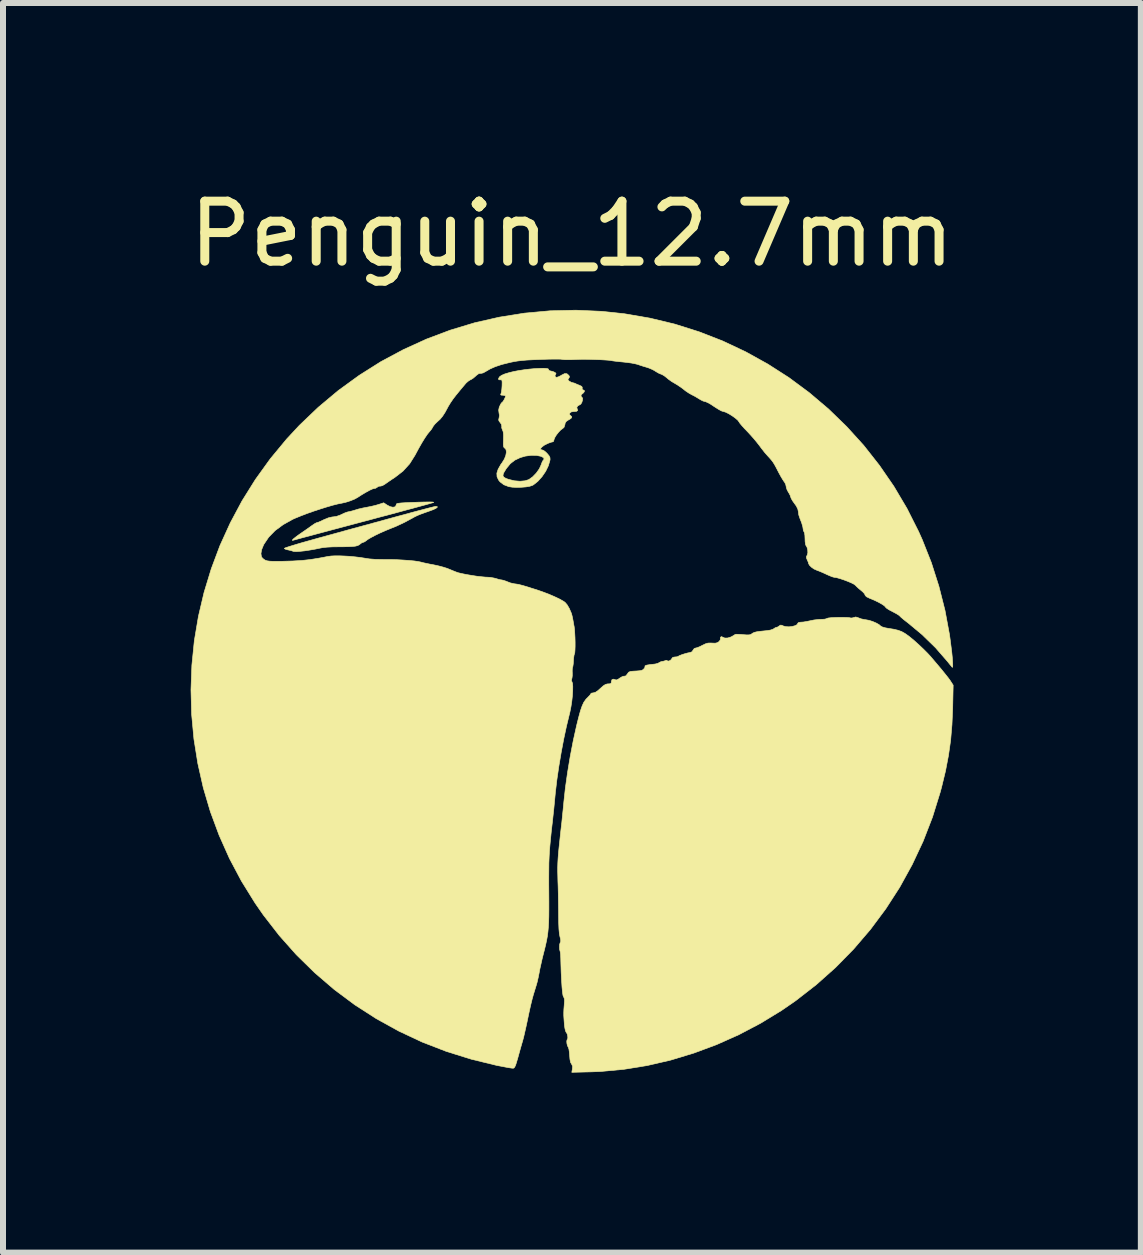
<source format=kicad_pcb>
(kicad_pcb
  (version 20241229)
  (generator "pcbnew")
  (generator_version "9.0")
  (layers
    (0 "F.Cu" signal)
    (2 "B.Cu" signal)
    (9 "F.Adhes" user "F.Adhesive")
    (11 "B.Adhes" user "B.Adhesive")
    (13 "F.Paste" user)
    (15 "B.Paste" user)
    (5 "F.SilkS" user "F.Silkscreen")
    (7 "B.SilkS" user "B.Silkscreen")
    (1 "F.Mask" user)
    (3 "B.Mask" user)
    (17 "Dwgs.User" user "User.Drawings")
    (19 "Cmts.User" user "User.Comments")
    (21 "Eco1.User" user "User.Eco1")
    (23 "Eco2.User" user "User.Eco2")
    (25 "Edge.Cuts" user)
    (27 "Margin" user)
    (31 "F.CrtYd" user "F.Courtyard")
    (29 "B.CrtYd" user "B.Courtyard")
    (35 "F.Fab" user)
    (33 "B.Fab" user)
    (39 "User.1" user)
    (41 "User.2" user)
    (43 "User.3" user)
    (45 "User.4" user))
  (footprint "Penguin_12.7mm"
    (layer "F.Cu")
    (at 6.482 8.468)
    (property "Reference" "Penguin_12.7mm" (at 0 -7.62 0) (layer "F.SilkS") (effects (font (size 1 1) (thickness 0.15))))
    (attr through_hole)
    (fp_poly (pts (xy -2.244 -3.074) (xy -2.245 -3.062) (xy -2.269 -3.044) (xy -2.315 -3.023) (xy -2.369 -3.003) (xy -2.457 -2.972) (xy -2.523 -2.948) (xy -2.574 -2.927) (xy -2.618 -2.906) (xy -2.652 -2.887) (xy -2.791 -2.812) (xy -2.921 -2.751) (xy -3.024 -2.709) (xy -3.112 -2.673) (xy -3.2 -2.634) (xy -3.281 -2.595) (xy -3.351 -2.558) (xy -3.403 -2.527) (xy -3.426 -2.509) (xy -3.456 -2.488) (xy -3.477 -2.48) (xy -3.503 -2.471) (xy -3.528 -2.452) (xy -3.549 -2.436) (xy -3.575 -2.424) (xy -3.612 -2.415) (xy -3.662 -2.41) (xy -3.732 -2.407) (xy -3.825 -2.405) (xy -3.875 -2.405) (xy -3.984 -2.404) (xy -4.079 -2.399) (xy -4.154 -2.391) (xy -4.191 -2.384) (xy -4.279 -2.366) (xy -4.37 -2.35) (xy -4.456 -2.337) (xy -4.533 -2.329) (xy -4.594 -2.325) (xy -4.635 -2.327) (xy -4.647 -2.33) (xy -4.675 -2.34) (xy -4.718 -2.35) (xy -4.733 -2.353) (xy -4.771 -2.363) (xy -4.791 -2.374) (xy -4.792 -2.379) (xy -4.777 -2.387) (xy -4.736 -2.401) (xy -4.673 -2.421) (xy -4.591 -2.446) (xy -4.492 -2.475) (xy -4.381 -2.506) (xy -4.26 -2.54) (xy -4.25 -2.543) (xy -3.966 -2.621) (xy -3.709 -2.692) (xy -3.478 -2.755) (xy -3.273 -2.811) (xy -3.091 -2.861) (xy -2.931 -2.905) (xy -2.792 -2.942) (xy -2.673 -2.975) (xy -2.572 -3.002) (xy -2.488 -3.024) (xy -2.42 -3.042) (xy -2.366 -3.056) (xy -2.326 -3.066) (xy -2.297 -3.073) (xy -2.278 -3.077) (xy -2.269 -3.078) (xy -2.244 -3.074)) (stroke (width 0.01) (type solid)) (fill yes) (layer "F.SilkS"))
    (fp_poly (pts (xy -2.325 -3.151) (xy -2.304 -3.147) (xy -2.304 -3.144) (xy -2.32 -3.139) (xy -2.362 -3.127) (xy -2.428 -3.108) (xy -2.517 -3.084) (xy -2.626 -3.054) (xy -2.753 -3.02) (xy -2.896 -2.981) (xy -3.052 -2.939) (xy -3.22 -2.895) (xy -3.397 -2.847) (xy -3.459 -2.831) (xy -3.639 -2.783) (xy -3.812 -2.737) (xy -3.974 -2.694) (xy -4.123 -2.654) (xy -4.258 -2.618) (xy -4.376 -2.586) (xy -4.475 -2.56) (xy -4.553 -2.539) (xy -4.606 -2.524) (xy -4.634 -2.517) (xy -4.637 -2.516) (xy -4.659 -2.511) (xy -4.656 -2.521) (xy -4.65 -2.529) (xy -4.629 -2.547) (xy -4.591 -2.577) (xy -4.54 -2.614) (xy -4.508 -2.636) (xy -4.447 -2.678) (xy -4.388 -2.719) (xy -4.341 -2.753) (xy -4.325 -2.764) (xy -4.287 -2.79) (xy -4.256 -2.806) (xy -4.247 -2.808) (xy -4.224 -2.815) (xy -4.184 -2.832) (xy -4.135 -2.856) (xy -4.135 -2.856) (xy -4.06 -2.887) (xy -3.996 -2.902) (xy -3.982 -2.903) (xy -3.925 -2.911) (xy -3.858 -2.935) (xy -3.837 -2.945) (xy -3.788 -2.968) (xy -3.747 -2.983) (xy -3.726 -2.988) (xy -3.698 -2.993) (xy -3.653 -3.005) (xy -3.617 -3.016) (xy -3.558 -3.034) (xy -3.485 -3.051) (xy -3.422 -3.063) (xy -3.351 -3.077) (xy -3.278 -3.094) (xy -3.223 -3.11) (xy -3.137 -3.138) (xy -3.082 -3.101) (xy -3.03 -3.074) (xy -2.983 -3.064) (xy -2.948 -3.071) (xy -2.93 -3.096) (xy -2.928 -3.107) (xy -2.926 -3.117) (xy -2.914 -3.125) (xy -2.89 -3.13) (xy -2.848 -3.135) (xy -2.785 -3.139) (xy -2.702 -3.143) (xy -2.564 -3.148) (xy -2.455 -3.151) (xy -2.375 -3.152) (xy -2.325 -3.151)) (stroke (width 0.01) (type solid)) (fill yes) (layer "F.SilkS"))
    (fp_poly (pts (xy -0.426 -5.377) (xy -0.397 -5.371) (xy -0.391 -5.363) (xy -0.383 -5.345) (xy -0.366 -5.338) (xy -0.315 -5.325) (xy -0.28 -5.309) (xy -0.265 -5.292) (xy -0.268 -5.284) (xy -0.283 -5.257) (xy -0.275 -5.235) (xy -0.255 -5.229) (xy -0.224 -5.238) (xy -0.184 -5.258) (xy -0.172 -5.266) (xy -0.122 -5.291) (xy -0.083 -5.289) (xy -0.05 -5.26) (xy -0.05 -5.26) (xy -0.04 -5.236) (xy -0.054 -5.212) (xy -0.067 -5.192) (xy -0.059 -5.176) (xy -0.042 -5.164) (xy -0.01 -5.146) (xy 0.011 -5.14) (xy 0.04 -5.133) (xy 0.056 -5.126) (xy 0.088 -5.111) (xy 0.13 -5.095) (xy 0.131 -5.094) (xy 0.164 -5.078) (xy 0.173 -5.058) (xy 0.171 -5.048) (xy 0.172 -5.025) (xy 0.186 -5.02) (xy 0.206 -5.011) (xy 0.207 -4.99) (xy 0.189 -4.967) (xy 0.179 -4.96) (xy 0.155 -4.938) (xy 0.151 -4.914) (xy 0.167 -4.897) (xy 0.178 -4.88) (xy 0.176 -4.848) (xy 0.166 -4.813) (xy 0.149 -4.784) (xy 0.135 -4.774) (xy 0.098 -4.754) (xy 0.081 -4.726) (xy 0.089 -4.7) (xy 0.096 -4.678) (xy 0.078 -4.663) (xy 0.039 -4.659) (xy 0.029 -4.659) (xy -0.01 -4.653) (xy -0.031 -4.638) (xy -0.043 -4.616) (xy -0.031 -4.599) (xy -0.026 -4.595) (xy -0.004 -4.574) (xy -0.006 -4.554) (xy -0.034 -4.532) (xy -0.056 -4.52) (xy -0.095 -4.494) (xy -0.113 -4.465) (xy -0.117 -4.44) (xy -0.132 -4.395) (xy -0.154 -4.376) (xy -0.187 -4.352) (xy -0.224 -4.313) (xy -0.259 -4.268) (xy -0.286 -4.224) (xy -0.299 -4.19) (xy -0.299 -4.187) (xy -0.307 -4.161) (xy -0.32 -4.154) (xy -0.346 -4.148) (xy -0.386 -4.134) (xy -0.407 -4.125) (xy -0.459 -4.099) (xy -0.497 -4.071) (xy -0.519 -4.047) (xy -0.521 -4.028) (xy -0.501 -4.019) (xy -0.495 -4.019) (xy -0.469 -4.009) (xy -0.435 -3.982) (xy -0.412 -3.959) (xy -0.38 -3.92) (xy -0.366 -3.891) (xy -0.364 -3.86) (xy -0.367 -3.843) (xy -0.393 -3.755) (xy -0.438 -3.662) (xy -0.499 -3.573) (xy -0.568 -3.496) (xy -0.641 -3.438) (xy -0.659 -3.428) (xy -0.702 -3.414) (xy -0.765 -3.403) (xy -0.841 -3.397) (xy -0.919 -3.395) (xy -0.992 -3.398) (xy -1.05 -3.407) (xy -1.051 -3.407) (xy -1.135 -3.439) (xy -1.198 -3.487) (xy -1.222 -3.517) (xy -1.248 -3.573) (xy -1.249 -3.595) (xy -1.15 -3.595) (xy -1.138 -3.567) (xy -1.101 -3.545) (xy -1.057 -3.529) (xy -0.96 -3.505) (xy -0.865 -3.497) (xy -0.779 -3.505) (xy -0.718 -3.525) (xy -0.655 -3.57) (xy -0.594 -3.633) (xy -0.543 -3.705) (xy -0.515 -3.766) (xy -0.499 -3.81) (xy -0.484 -3.84) (xy -0.477 -3.848) (xy -0.463 -3.868) (xy -0.475 -3.891) (xy -0.511 -3.911) (xy -0.513 -3.912) (xy -0.589 -3.928) (xy -0.681 -3.929) (xy -0.778 -3.916) (xy -0.863 -3.891) (xy -0.953 -3.848) (xy -1.027 -3.79) (xy -1.092 -3.711) (xy -1.106 -3.689) (xy -1.139 -3.634) (xy -1.15 -3.595) (xy -1.249 -3.595) (xy -1.251 -3.632) (xy -1.229 -3.699) (xy -1.184 -3.778) (xy -1.164 -3.805) (xy -1.126 -3.866) (xy -1.102 -3.927) (xy -1.092 -3.982) (xy -1.098 -4.025) (xy -1.117 -4.047) (xy -1.131 -4.058) (xy -1.139 -4.075) (xy -1.143 -4.106) (xy -1.142 -4.156) (xy -1.141 -4.192) (xy -1.14 -4.268) (xy -1.145 -4.32) (xy -1.156 -4.35) (xy -1.157 -4.351) (xy -1.17 -4.386) (xy -1.169 -4.409) (xy -1.174 -4.445) (xy -1.196 -4.475) (xy -1.218 -4.506) (xy -1.22 -4.533) (xy -1.215 -4.545) (xy -1.208 -4.595) (xy -1.215 -4.636) (xy -1.221 -4.684) (xy -1.212 -4.728) (xy -1.202 -4.752) (xy -1.184 -4.788) (xy -1.168 -4.809) (xy -1.164 -4.811) (xy -1.151 -4.823) (xy -1.133 -4.851) (xy -1.116 -4.885) (xy -1.106 -4.913) (xy -1.106 -4.918) (xy -1.119 -4.927) (xy -1.15 -4.931) (xy -1.151 -4.931) (xy -1.181 -4.933) (xy -1.188 -4.944) (xy -1.182 -4.957) (xy -1.174 -4.985) (xy -1.168 -5.033) (xy -1.164 -5.088) (xy -1.163 -5.142) (xy -1.165 -5.173) (xy -1.172 -5.186) (xy -1.186 -5.188) (xy -1.194 -5.187) (xy -1.219 -5.189) (xy -1.223 -5.208) (xy -1.223 -5.208) (xy -1.208 -5.236) (xy -1.175 -5.261) (xy -1.12 -5.285) (xy -1.04 -5.309) (xy -0.964 -5.327) (xy -0.885 -5.342) (xy -0.799 -5.355) (xy -0.71 -5.366) (xy -0.624 -5.374) (xy -0.544 -5.378) (xy -0.477 -5.38) (xy -0.426 -5.377)) (stroke (width 0.01) (type solid)) (fill yes) (layer "F.SilkS"))
    (fp_poly (pts (xy 4.766 -1.225) (xy 4.779 -1.219) (xy 4.823 -1.203) (xy 4.878 -1.191) (xy 4.897 -1.189) (xy 4.952 -1.179) (xy 5.014 -1.159) (xy 5.074 -1.133) (xy 5.121 -1.106) (xy 5.144 -1.085) (xy 5.17 -1.07) (xy 5.22 -1.055) (xy 5.274 -1.045) (xy 5.363 -1.031) (xy 5.434 -1.014) (xy 5.495 -0.992) (xy 5.552 -0.96) (xy 5.614 -0.916) (xy 5.688 -0.856) (xy 5.711 -0.836) (xy 5.783 -0.771) (xy 5.858 -0.7) (xy 5.927 -0.631) (xy 5.982 -0.571) (xy 5.986 -0.566) (xy 6.083 -0.452) (xy 6.162 -0.358) (xy 6.223 -0.282) (xy 6.27 -0.223) (xy 6.303 -0.178) (xy 6.316 -0.158) (xy 6.354 -0.099) (xy 6.346 0.283) (xy 6.334 0.558) (xy 6.312 0.818) (xy 6.276 1.072) (xy 6.227 1.329) (xy 6.162 1.597) (xy 6.139 1.683) (xy 6.01 2.099) (xy 5.854 2.502) (xy 5.671 2.892) (xy 5.464 3.268) (xy 5.231 3.629) (xy 4.975 3.973) (xy 4.696 4.299) (xy 4.395 4.606) (xy 4.073 4.893) (xy 3.73 5.16) (xy 3.491 5.325) (xy 3.143 5.537) (xy 2.782 5.727) (xy 2.41 5.893) (xy 2.03 6.034) (xy 1.644 6.151) (xy 1.255 6.241) (xy 0.866 6.304) (xy 0.48 6.34) (xy 0.331 6.346) (xy -0.002 6.354) (xy 0.008 6.299) (xy 0.011 6.254) (xy -0.002 6.222) (xy -0.007 6.216) (xy -0.023 6.186) (xy -0.033 6.135) (xy -0.038 6.073) (xy -0.043 6.016) (xy -0.05 5.968) (xy -0.059 5.941) (xy -0.06 5.939) (xy -0.075 5.909) (xy -0.084 5.869) (xy -0.086 5.832) (xy -0.079 5.808) (xy -0.077 5.806) (xy -0.068 5.785) (xy -0.07 5.75) (xy -0.079 5.713) (xy -0.096 5.686) (xy -0.097 5.685) (xy -0.107 5.663) (xy -0.117 5.62) (xy -0.125 5.564) (xy -0.126 5.55) (xy -0.132 5.469) (xy -0.136 5.408) (xy -0.136 5.357) (xy -0.134 5.306) (xy -0.129 5.245) (xy -0.128 5.232) (xy -0.124 5.17) (xy -0.125 5.13) (xy -0.134 5.105) (xy -0.139 5.097) (xy -0.149 5.072) (xy -0.157 5.017) (xy -0.165 4.935) (xy -0.172 4.825) (xy -0.179 4.689) (xy -0.184 4.528) (xy -0.186 4.452) (xy -0.188 4.4) (xy -0.192 4.359) (xy -0.196 4.34) (xy -0.205 4.307) (xy -0.207 4.262) (xy -0.204 4.219) (xy -0.195 4.192) (xy -0.195 4.192) (xy -0.186 4.17) (xy -0.189 4.134) (xy -0.2 4.091) (xy -0.209 4.041) (xy -0.216 3.97) (xy -0.22 3.875) (xy -0.222 3.753) (xy -0.222 3.743) (xy -0.223 3.634) (xy -0.225 3.508) (xy -0.227 3.375) (xy -0.23 3.249) (xy -0.233 3.175) (xy -0.235 3.087) (xy -0.237 3.01) (xy -0.237 2.939) (xy -0.235 2.869) (xy -0.231 2.796) (xy -0.225 2.715) (xy -0.216 2.621) (xy -0.204 2.509) (xy -0.19 2.375) (xy -0.18 2.286) (xy -0.168 2.184) (xy -0.157 2.074) (xy -0.146 1.968) (xy -0.137 1.877) (xy -0.135 1.853) (xy -0.109 1.615) (xy -0.073 1.359) (xy -0.029 1.093) (xy 0.022 0.828) (xy 0.079 0.571) (xy 0.113 0.435) (xy 0.142 0.329) (xy 0.17 0.248) (xy 0.199 0.185) (xy 0.234 0.136) (xy 0.275 0.094) (xy 0.277 0.092) (xy 0.302 0.066) (xy 0.314 0.046) (xy 0.314 0.045) (xy 0.327 0.034) (xy 0.356 0.03) (xy 0.39 0.021) (xy 0.433 -0.007) (xy 0.475 -0.045) (xy 0.521 -0.086) (xy 0.556 -0.109) (xy 0.588 -0.119) (xy 0.605 -0.12) (xy 0.641 -0.122) (xy 0.655 -0.135) (xy 0.657 -0.156) (xy 0.667 -0.19) (xy 0.693 -0.199) (xy 0.719 -0.19) (xy 0.742 -0.185) (xy 0.773 -0.199) (xy 0.797 -0.216) (xy 0.837 -0.24) (xy 0.868 -0.249) (xy 0.875 -0.248) (xy 0.9 -0.254) (xy 0.923 -0.284) (xy 0.945 -0.314) (xy 0.974 -0.327) (xy 1.012 -0.331) (xy 1.082 -0.335) (xy 1.129 -0.339) (xy 1.159 -0.344) (xy 1.179 -0.353) (xy 1.195 -0.366) (xy 1.214 -0.389) (xy 1.217 -0.404) (xy 1.219 -0.421) (xy 1.248 -0.433) (xy 1.306 -0.442) (xy 1.336 -0.445) (xy 1.388 -0.451) (xy 1.431 -0.462) (xy 1.45 -0.472) (xy 1.484 -0.49) (xy 1.503 -0.493) (xy 1.539 -0.501) (xy 1.553 -0.507) (xy 1.577 -0.513) (xy 1.584 -0.508) (xy 1.604 -0.499) (xy 1.632 -0.507) (xy 1.656 -0.526) (xy 1.663 -0.539) (xy 1.681 -0.562) (xy 1.714 -0.568) (xy 1.749 -0.571) (xy 1.768 -0.577) (xy 1.79 -0.59) (xy 1.831 -0.606) (xy 1.88 -0.622) (xy 1.928 -0.635) (xy 1.964 -0.642) (xy 1.969 -0.642) (xy 2.002 -0.656) (xy 2.017 -0.68) (xy 2.039 -0.71) (xy 2.061 -0.717) (xy 2.09 -0.724) (xy 2.134 -0.742) (xy 2.173 -0.762) (xy 2.227 -0.788) (xy 2.269 -0.8) (xy 2.316 -0.801) (xy 2.334 -0.8) (xy 2.387 -0.798) (xy 2.423 -0.806) (xy 2.448 -0.822) (xy 2.471 -0.85) (xy 2.475 -0.874) (xy 2.476 -0.898) (xy 2.494 -0.908) (xy 2.514 -0.898) (xy 2.548 -0.884) (xy 2.597 -0.885) (xy 2.651 -0.902) (xy 2.662 -0.908) (xy 2.696 -0.927) (xy 2.718 -0.942) (xy 2.719 -0.943) (xy 2.737 -0.947) (xy 2.776 -0.946) (xy 2.83 -0.943) (xy 2.846 -0.941) (xy 2.913 -0.936) (xy 2.956 -0.937) (xy 2.982 -0.944) (xy 2.988 -0.948) (xy 3.012 -0.965) (xy 3.04 -0.978) (xy 3.08 -0.988) (xy 3.137 -0.996) (xy 3.215 -1.004) (xy 3.255 -1.008) (xy 3.305 -1.016) (xy 3.346 -1.029) (xy 3.361 -1.037) (xy 3.389 -1.056) (xy 3.407 -1.061) (xy 3.433 -1.07) (xy 3.453 -1.084) (xy 3.474 -1.099) (xy 3.498 -1.097) (xy 3.521 -1.086) (xy 3.564 -1.074) (xy 3.617 -1.071) (xy 3.671 -1.077) (xy 3.72 -1.09) (xy 3.754 -1.109) (xy 3.765 -1.131) (xy 3.778 -1.143) (xy 3.812 -1.148) (xy 3.814 -1.148) (xy 3.858 -1.151) (xy 3.913 -1.16) (xy 3.937 -1.165) (xy 4.034 -1.185) (xy 4.113 -1.194) (xy 4.174 -1.196) (xy 4.217 -1.199) (xy 4.249 -1.209) (xy 4.253 -1.212) (xy 4.274 -1.218) (xy 4.318 -1.223) (xy 4.378 -1.226) (xy 4.445 -1.228) (xy 4.513 -1.228) (xy 4.574 -1.227) (xy 4.62 -1.224) (xy 4.645 -1.219) (xy 4.646 -1.218) (xy 4.668 -1.218) (xy 4.696 -1.226) (xy 4.73 -1.235) (xy 4.766 -1.225)) (stroke (width 0.01) (type solid)) (fill yes) (layer "F.SilkS"))
    (fp_poly (pts (xy 0.499 -6.329) (xy 0.874 -6.289) (xy 1.299 -6.216) (xy 1.715 -6.116) (xy 2.12 -5.988) (xy 2.515 -5.834) (xy 2.897 -5.654) (xy 3.265 -5.45) (xy 3.619 -5.223) (xy 3.956 -4.973) (xy 4.277 -4.701) (xy 4.579 -4.408) (xy 4.863 -4.095) (xy 5.125 -3.762) (xy 5.366 -3.412) (xy 5.584 -3.044) (xy 5.778 -2.659) (xy 5.839 -2.523) (xy 5.99 -2.142) (xy 6.116 -1.747) (xy 6.218 -1.344) (xy 6.293 -0.939) (xy 6.303 -0.867) (xy 6.318 -0.75) (xy 6.331 -0.645) (xy 6.34 -0.555) (xy 6.345 -0.481) (xy 6.347 -0.429) (xy 6.345 -0.399) (xy 6.339 -0.396) (xy 6.324 -0.415) (xy 6.295 -0.449) (xy 6.261 -0.492) (xy 6.26 -0.493) (xy 6.059 -0.724) (xy 5.835 -0.942) (xy 5.597 -1.14) (xy 5.573 -1.158) (xy 5.526 -1.195) (xy 5.488 -1.227) (xy 5.466 -1.249) (xy 5.463 -1.252) (xy 5.445 -1.267) (xy 5.406 -1.291) (xy 5.355 -1.318) (xy 5.342 -1.325) (xy 5.29 -1.352) (xy 5.249 -1.378) (xy 5.227 -1.398) (xy 5.225 -1.402) (xy 5.208 -1.421) (xy 5.168 -1.448) (xy 5.111 -1.48) (xy 5.043 -1.513) (xy 4.969 -1.544) (xy 4.957 -1.549) (xy 4.908 -1.573) (xy 4.887 -1.597) (xy 4.886 -1.602) (xy 4.875 -1.624) (xy 4.846 -1.655) (xy 4.816 -1.68) (xy 4.774 -1.715) (xy 4.741 -1.746) (xy 4.727 -1.761) (xy 4.703 -1.78) (xy 4.658 -1.803) (xy 4.599 -1.828) (xy 4.533 -1.853) (xy 4.467 -1.875) (xy 4.41 -1.891) (xy 4.368 -1.897) (xy 4.364 -1.898) (xy 4.342 -1.904) (xy 4.301 -1.92) (xy 4.25 -1.942) (xy 4.238 -1.948) (xy 4.179 -1.975) (xy 4.122 -1.999) (xy 4.079 -2.015) (xy 4.077 -2.016) (xy 4.033 -2.036) (xy 3.991 -2.066) (xy 3.959 -2.098) (xy 3.944 -2.126) (xy 3.944 -2.127) (xy 3.938 -2.151) (xy 3.922 -2.186) (xy 3.922 -2.187) (xy 3.908 -2.221) (xy 3.91 -2.246) (xy 3.921 -2.264) (xy 3.932 -2.303) (xy 3.93 -2.353) (xy 3.917 -2.401) (xy 3.901 -2.425) (xy 3.893 -2.448) (xy 3.887 -2.49) (xy 3.885 -2.542) (xy 3.883 -2.594) (xy 3.877 -2.634) (xy 3.87 -2.652) (xy 3.858 -2.673) (xy 3.855 -2.693) (xy 3.848 -2.739) (xy 3.829 -2.804) (xy 3.8 -2.878) (xy 3.798 -2.884) (xy 3.781 -2.935) (xy 3.774 -2.987) (xy 3.774 -2.989) (xy 3.765 -3.033) (xy 3.74 -3.084) (xy 3.709 -3.127) (xy 3.677 -3.172) (xy 3.655 -3.211) (xy 3.646 -3.235) (xy 3.646 -3.235) (xy 3.638 -3.261) (xy 3.618 -3.299) (xy 3.608 -3.314) (xy 3.585 -3.357) (xy 3.572 -3.399) (xy 3.571 -3.409) (xy 3.562 -3.448) (xy 3.539 -3.489) (xy 3.536 -3.491) (xy 3.514 -3.524) (xy 3.484 -3.574) (xy 3.451 -3.634) (xy 3.437 -3.661) (xy 3.402 -3.729) (xy 3.375 -3.778) (xy 3.351 -3.816) (xy 3.326 -3.849) (xy 3.295 -3.885) (xy 3.263 -3.92) (xy 3.215 -3.974) (xy 3.164 -4.039) (xy 3.123 -4.094) (xy 3.084 -4.144) (xy 3.032 -4.207) (xy 2.973 -4.273) (xy 2.925 -4.325) (xy 2.874 -4.378) (xy 2.831 -4.426) (xy 2.8 -4.463) (xy 2.786 -4.485) (xy 2.786 -4.485) (xy 2.766 -4.513) (xy 2.727 -4.547) (xy 2.676 -4.584) (xy 2.62 -4.619) (xy 2.568 -4.646) (xy 2.526 -4.66) (xy 2.515 -4.662) (xy 2.491 -4.67) (xy 2.45 -4.692) (xy 2.399 -4.724) (xy 2.368 -4.744) (xy 2.314 -4.78) (xy 2.265 -4.807) (xy 2.229 -4.823) (xy 2.217 -4.826) (xy 2.186 -4.834) (xy 2.145 -4.855) (xy 2.127 -4.866) (xy 2.076 -4.897) (xy 2.018 -4.929) (xy 2.001 -4.937) (xy 1.948 -4.967) (xy 1.891 -5.005) (xy 1.866 -5.026) (xy 1.814 -5.065) (xy 1.752 -5.106) (xy 1.717 -5.127) (xy 1.661 -5.16) (xy 1.607 -5.199) (xy 1.579 -5.223) (xy 1.538 -5.255) (xy 1.498 -5.278) (xy 1.483 -5.283) (xy 1.445 -5.299) (xy 1.4 -5.325) (xy 1.39 -5.332) (xy 1.345 -5.358) (xy 1.287 -5.383) (xy 1.248 -5.396) (xy 1.187 -5.414) (xy 1.126 -5.434) (xy 1.095 -5.445) (xy 1.054 -5.455) (xy 0.993 -5.467) (xy 0.92 -5.477) (xy 0.856 -5.484) (xy 0.785 -5.491) (xy 0.723 -5.498) (xy 0.678 -5.504) (xy 0.657 -5.508) (xy 0.635 -5.512) (xy 0.588 -5.516) (xy 0.525 -5.52) (xy 0.451 -5.524) (xy 0.441 -5.524) (xy 0.349 -5.527) (xy 0.278 -5.529) (xy 0.219 -5.53) (xy 0.163 -5.53) (xy 0.101 -5.528) (xy 0.024 -5.525) (xy 0 -5.524) (xy -0.064 -5.523) (xy -0.119 -5.524) (xy -0.155 -5.527) (xy -0.165 -5.529) (xy -0.186 -5.532) (xy -0.232 -5.533) (xy -0.299 -5.533) (xy -0.382 -5.532) (xy -0.477 -5.529) (xy -0.531 -5.527) (xy -0.653 -5.522) (xy -0.752 -5.517) (xy -0.832 -5.51) (xy -0.901 -5.502) (xy -0.963 -5.492) (xy -1.025 -5.479) (xy -1.038 -5.476) (xy -1.17 -5.443) (xy -1.278 -5.407) (xy -1.366 -5.368) (xy -1.431 -5.33) (xy -1.479 -5.303) (xy -1.515 -5.295) (xy -1.522 -5.296) (xy -1.551 -5.292) (xy -1.59 -5.264) (xy -1.604 -5.251) (xy -1.643 -5.217) (xy -1.68 -5.193) (xy -1.694 -5.187) (xy -1.722 -5.17) (xy -1.76 -5.138) (xy -1.787 -5.107) (xy -1.825 -5.062) (xy -1.873 -5.004) (xy -1.921 -4.945) (xy -1.932 -4.932) (xy -1.979 -4.871) (xy -2.025 -4.804) (xy -2.062 -4.743) (xy -2.067 -4.733) (xy -2.114 -4.646) (xy -2.156 -4.581) (xy -2.197 -4.531) (xy -2.242 -4.49) (xy -2.242 -4.49) (xy -2.28 -4.454) (xy -2.309 -4.418) (xy -2.316 -4.406) (xy -2.338 -4.368) (xy -2.37 -4.328) (xy -2.375 -4.323) (xy -2.409 -4.281) (xy -2.453 -4.216) (xy -2.504 -4.133) (xy -2.559 -4.036) (xy -2.615 -3.931) (xy -2.705 -3.788) (xy -2.816 -3.666) (xy -2.949 -3.563) (xy -2.952 -3.561) (xy -3.01 -3.523) (xy -3.065 -3.485) (xy -3.108 -3.455) (xy -3.116 -3.449) (xy -3.155 -3.426) (xy -3.188 -3.416) (xy -3.195 -3.417) (xy -3.226 -3.412) (xy -3.241 -3.4) (xy -3.271 -3.381) (xy -3.295 -3.377) (xy -3.324 -3.369) (xy -3.372 -3.347) (xy -3.434 -3.313) (xy -3.503 -3.272) (xy -3.571 -3.228) (xy -3.624 -3.199) (xy -3.694 -3.171) (xy -3.769 -3.147) (xy -3.835 -3.132) (xy -3.84 -3.131) (xy -3.902 -3.119) (xy -3.985 -3.098) (xy -4.085 -3.069) (xy -4.193 -3.035) (xy -4.306 -2.998) (xy -4.416 -2.959) (xy -4.518 -2.92) (xy -4.606 -2.884) (xy -4.654 -2.863) (xy -4.813 -2.774) (xy -4.947 -2.675) (xy -5.054 -2.565) (xy -5.134 -2.446) (xy -5.141 -2.432) (xy -5.172 -2.356) (xy -5.183 -2.291) (xy -5.175 -2.24) (xy -5.161 -2.22) (xy -5.137 -2.198) (xy -5.112 -2.182) (xy -5.08 -2.171) (xy -5.037 -2.165) (xy -4.978 -2.162) (xy -4.897 -2.162) (xy -4.826 -2.163) (xy -4.653 -2.168) (xy -4.501 -2.177) (xy -4.362 -2.192) (xy -4.229 -2.213) (xy -4.147 -2.228) (xy -4.076 -2.242) (xy -4.013 -2.251) (xy -3.949 -2.254) (xy -3.874 -2.254) (xy -3.795 -2.251) (xy -3.706 -2.246) (xy -3.613 -2.237) (xy -3.529 -2.227) (xy -3.466 -2.217) (xy -3.377 -2.203) (xy -3.274 -2.195) (xy -3.15 -2.193) (xy -3.13 -2.193) (xy -3.028 -2.193) (xy -2.921 -2.19) (xy -2.815 -2.184) (xy -2.715 -2.177) (xy -2.629 -2.169) (xy -2.561 -2.159) (xy -2.518 -2.15) (xy -2.485 -2.141) (xy -2.43 -2.129) (xy -2.363 -2.115) (xy -2.308 -2.105) (xy -2.229 -2.088) (xy -2.149 -2.067) (xy -2.079 -2.045) (xy -2.047 -2.032) (xy -1.989 -2.008) (xy -1.934 -1.986) (xy -1.898 -1.973) (xy -1.839 -1.959) (xy -1.761 -1.943) (xy -1.673 -1.928) (xy -1.583 -1.914) (xy -1.501 -1.905) (xy -1.437 -1.899) (xy -1.424 -1.899) (xy -1.361 -1.895) (xy -1.299 -1.884) (xy -1.267 -1.876) (xy -1.221 -1.862) (xy -1.182 -1.853) (xy -1.173 -1.853) (xy -1.142 -1.846) (xy -1.097 -1.831) (xy -1.078 -1.823) (xy -1.023 -1.802) (xy -0.965 -1.789) (xy -0.951 -1.787) (xy -0.921 -1.783) (xy -0.891 -1.778) (xy -0.855 -1.769) (xy -0.81 -1.757) (xy -0.749 -1.739) (xy -0.668 -1.713) (xy -0.59 -1.689) (xy -0.489 -1.654) (xy -0.388 -1.616) (xy -0.293 -1.575) (xy -0.21 -1.536) (xy -0.146 -1.5) (xy -0.116 -1.48) (xy -0.081 -1.44) (xy -0.045 -1.379) (xy -0.012 -1.304) (xy -0.008 -1.292) (xy -0.001 -1.269) (xy 0.008 -1.231) (xy 0.019 -1.175) (xy 0.033 -1.095) (xy 0.037 -1.076) (xy 0.043 -1.029) (xy 0.047 -0.965) (xy 0.051 -0.893) (xy 0.053 -0.817) (xy 0.053 -0.746) (xy 0.051 -0.686) (xy 0.048 -0.643) (xy 0.044 -0.627) (xy 0.035 -0.597) (xy 0.028 -0.548) (xy 0.025 -0.504) (xy 0.022 -0.453) (xy 0.016 -0.412) (xy 0.011 -0.395) (xy 0.006 -0.371) (xy 0.005 -0.33) (xy 0.006 -0.305) (xy 0.006 -0.256) (xy 0.001 -0.216) (xy -0.003 -0.204) (xy -0.008 -0.17) (xy -0.000081 -0.157) (xy 0.01 -0.128) (xy 0.014 -0.075) (xy 0.013 -0.004) (xy 0.008 0.079) (xy -0.002 0.169) (xy -0.016 0.261) (xy -0.033 0.347) (xy -0.043 0.388) (xy -0.09 0.582) (xy -0.136 0.796) (xy -0.179 1.023) (xy -0.218 1.254) (xy -0.251 1.48) (xy -0.276 1.693) (xy -0.284 1.778) (xy -0.292 1.862) (xy -0.302 1.965) (xy -0.314 2.075) (xy -0.325 2.18) (xy -0.329 2.211) (xy -0.345 2.351) (xy -0.357 2.471) (xy -0.367 2.576) (xy -0.375 2.673) (xy -0.38 2.768) (xy -0.384 2.865) (xy -0.385 2.971) (xy -0.386 3.092) (xy -0.386 3.232) (xy -0.385 3.347) (xy -0.384 3.508) (xy -0.384 3.643) (xy -0.385 3.757) (xy -0.388 3.854) (xy -0.393 3.938) (xy -0.4 4.013) (xy -0.409 4.084) (xy -0.422 4.155) (xy -0.438 4.229) (xy -0.458 4.312) (xy -0.473 4.37) (xy -0.495 4.457) (xy -0.515 4.546) (xy -0.533 4.626) (xy -0.545 4.689) (xy -0.546 4.695) (xy -0.561 4.77) (xy -0.579 4.85) (xy -0.597 4.912) (xy -0.615 4.97) (xy -0.631 5.023) (xy -0.642 5.058) (xy -0.663 5.134) (xy -0.687 5.232) (xy -0.714 5.353) (xy -0.745 5.501) (xy -0.746 5.506) (xy -0.765 5.594) (xy -0.785 5.682) (xy -0.803 5.761) (xy -0.819 5.821) (xy -0.823 5.835) (xy -0.84 5.893) (xy -0.862 5.97) (xy -0.885 6.053) (xy -0.901 6.111) (xy -0.923 6.186) (xy -0.939 6.236) (xy -0.954 6.267) (xy -0.967 6.282) (xy -0.979 6.286) (xy -1.003 6.284) (xy -1.051 6.277) (xy -1.116 6.265) (xy -1.194 6.25) (xy -1.248 6.24) (xy -1.675 6.136) (xy -2.092 6.006) (xy -2.495 5.85) (xy -2.885 5.667) (xy -3.26 5.46) (xy -3.619 5.229) (xy -3.961 4.974) (xy -4.286 4.695) (xy -4.592 4.395) (xy -4.878 4.073) (xy -5.144 3.73) (xy -5.28 3.534) (xy -5.508 3.166) (xy -5.708 2.789) (xy -5.88 2.403) (xy -6.026 2.009) (xy -6.144 1.61) (xy -6.235 1.206) (xy -6.3 0.798) (xy -6.338 0.388) (xy -6.349 -0.022) (xy -6.334 -0.432) (xy -6.293 -0.84) (xy -6.225 -1.245) (xy -6.131 -1.644) (xy -6.011 -2.038) (xy -5.866 -2.425) (xy -5.694 -2.803) (xy -5.498 -3.17) (xy -5.275 -3.527) (xy -5.028 -3.87) (xy -4.755 -4.2) (xy -4.543 -4.428) (xy -4.227 -4.73) (xy -3.895 -5.008) (xy -3.547 -5.261) (xy -3.186 -5.489) (xy -2.811 -5.69) (xy -2.425 -5.866) (xy -2.029 -6.015) (xy -1.623 -6.138) (xy -1.21 -6.232) (xy -0.79 -6.299) (xy -0.364 -6.338) (xy 0.066 -6.348) (xy 0.499 -6.329)) (stroke (width 0.01) (type solid)) (fill yes) (layer "F.SilkS")))
  (gr_rect
    (start -3 -3)
    (end 15.964 17.827)
    (stroke (width 0.1) (type default))
    (fill no)
    (layer "Edge.Cuts")))
</source>
